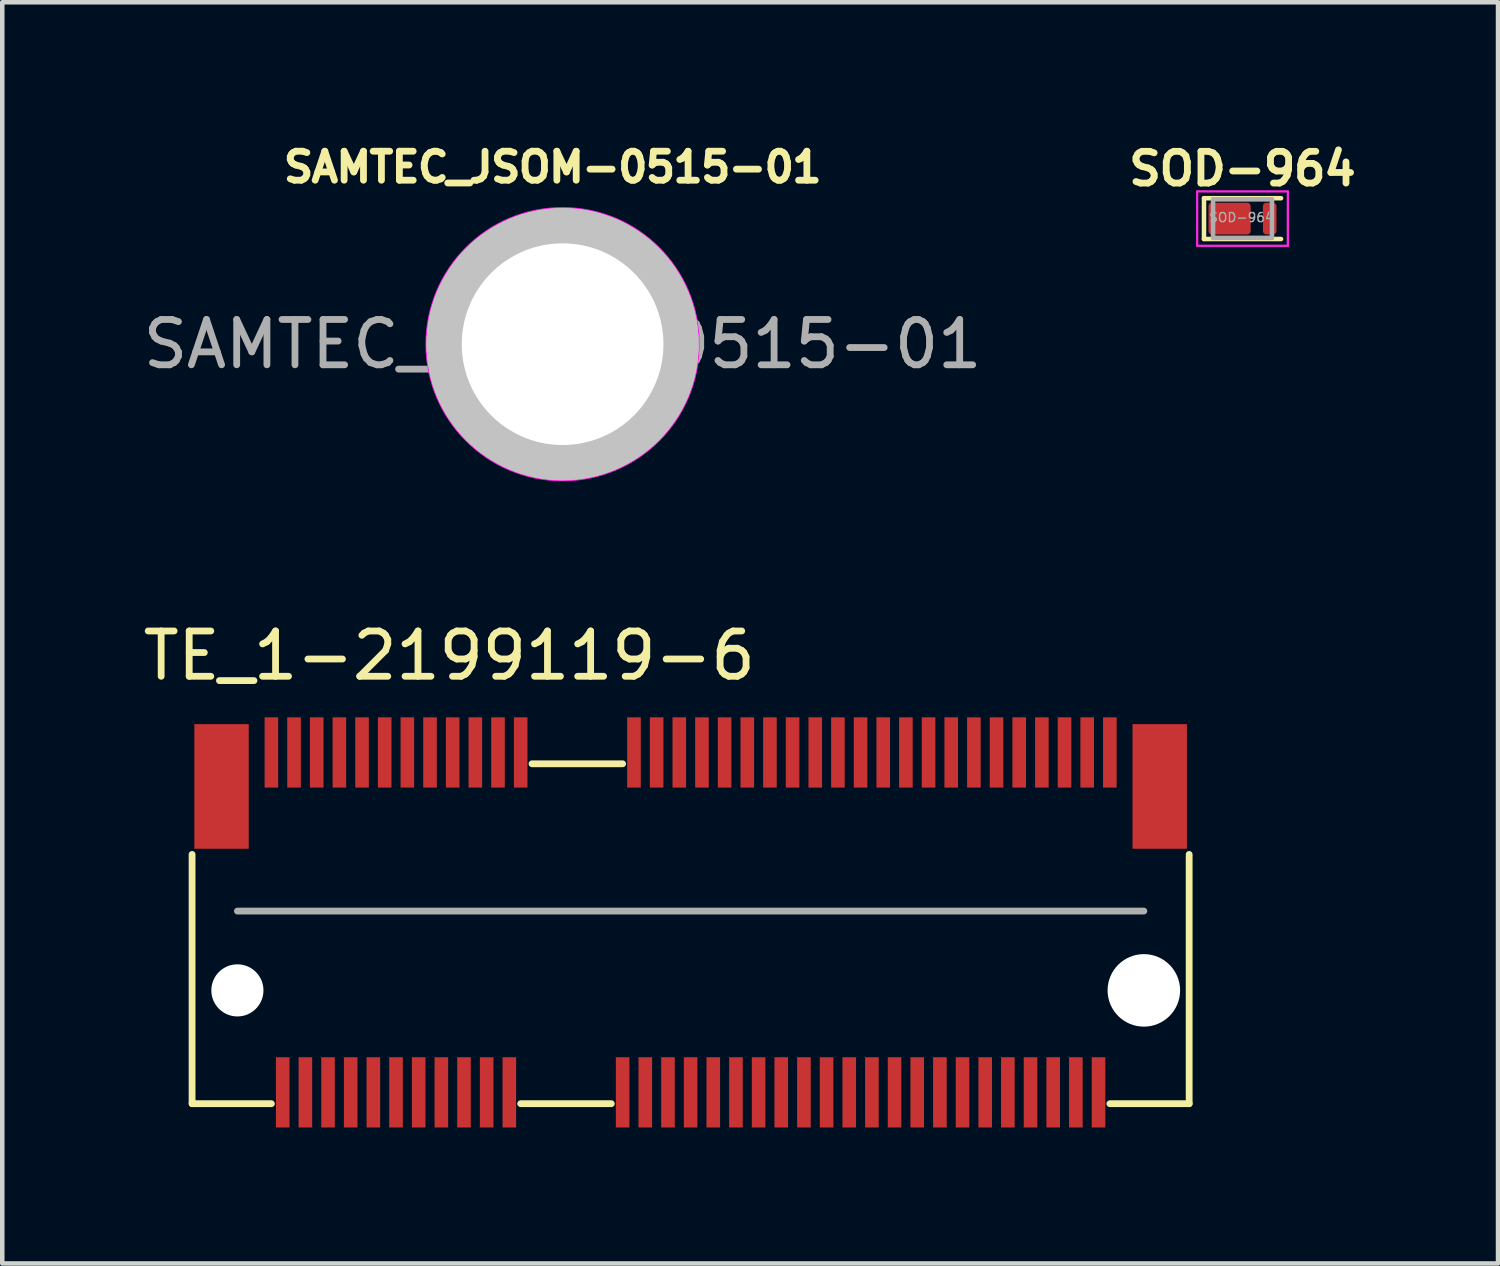
<source format=kicad_pcb>
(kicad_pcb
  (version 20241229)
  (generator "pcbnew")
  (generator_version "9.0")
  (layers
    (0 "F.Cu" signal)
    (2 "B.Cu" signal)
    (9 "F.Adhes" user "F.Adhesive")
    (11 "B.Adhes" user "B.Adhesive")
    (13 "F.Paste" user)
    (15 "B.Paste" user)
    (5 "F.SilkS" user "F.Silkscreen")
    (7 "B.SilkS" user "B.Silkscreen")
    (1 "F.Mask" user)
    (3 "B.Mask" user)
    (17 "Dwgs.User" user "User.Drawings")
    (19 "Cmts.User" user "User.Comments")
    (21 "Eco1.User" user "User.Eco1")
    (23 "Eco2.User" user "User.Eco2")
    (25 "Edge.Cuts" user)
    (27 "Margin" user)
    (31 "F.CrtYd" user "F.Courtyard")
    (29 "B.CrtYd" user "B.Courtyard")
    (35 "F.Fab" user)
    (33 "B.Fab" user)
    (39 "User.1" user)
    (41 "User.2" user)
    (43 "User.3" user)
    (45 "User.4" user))
  (footprint "SAMTEC_JSOM-0515-01"
    (layer "F.Cu")
    (at 9.363 4.544)
    (property "Reference" "SAMTEC_JSOM-0515-01" (at -0.218 -3.906 0) (layer "F.SilkS") (effects (font (size 0.64 0.64) (thickness 0.15))))
    (attr through_hole)
    (fp_circle (center 0 0) (end 1.5 0) (stroke (width 3) (type solid)) (fill no) (layer "Dwgs.User"))
    (fp_circle (center 0 0) (end 1.5 0) (stroke (width 3) (type solid)) (fill no) (layer "Dwgs.User"))
    (fp_circle (center 0 0) (end 1.5 0) (stroke (width 3) (type solid)) (fill no) (layer "Dwgs.User"))
    (fp_circle (center 0 0) (end 3 0) (stroke (width 0.05) (type solid)) (fill no) (layer "F.CrtYd"))
    (fp_circle (center 0 0) (end 2.565 0) (stroke (width 0.1) (type solid)) (fill no) (layer "F.Fab"))
    (fp_text user "${REFERENCE}" (at 0 0 0) (layer "F.Fab") (effects (font (size 1 1) (thickness 0.15))))
    (pad "1" thru_hole circle (at 0 0) (size 6 6) (drill 4.45) (layers "*.Cu" "*.Mask")))
  (footprint "TE_1-2199119-6"
    (layer "F.Cu")
    (at 12.188 18.802)
    (property "Reference" "TE_1-2199119-6" (at -5.325 -7.385 0) (layer "F.SilkS") (effects (font (size 1 1) (thickness 0.15))))
    (attr through_hole)
    (fp_line (start -11 2.5) (end -11 -3) (stroke (width 0.15) (type solid)) (layer "F.SilkS"))
    (fp_line (start -9.25 2.5) (end -11 2.5) (stroke (width 0.15) (type solid)) (layer "F.SilkS"))
    (fp_line (start -3.75 2.5) (end -1.75 2.5) (stroke (width 0.15) (type solid)) (layer "F.SilkS"))
    (fp_line (start -3.5 -5) (end -1.5 -5) (stroke (width 0.15) (type solid)) (layer "F.SilkS"))
    (fp_line (start 11 -3) (end 11 2.5) (stroke (width 0.15) (type solid)) (layer "F.SilkS"))
    (fp_line (start 11 2.5) (end 9.25 2.5) (stroke (width 0.15) (type solid)) (layer "F.SilkS"))
    (fp_line (start -10 -1.75) (end 10 -1.75) (stroke (width 0.15) (type solid)) (layer "F.Fab"))
    (pad "" np_thru_hole circle (at -10 0) (size 1.15 1.15) (drill 1.15) (layers "*.Cu" "*.Mask"))
    (pad "" np_thru_hole circle (at 10 0) (size 1.6 1.6) (drill 1.6) (layers "*.Cu" "*.Mask"))
    (pad "1" smd rect (at -9.25 -5.25) (size 0.3 1.55) (layers "F.Cu" "F.Mask" "F.Paste"))
    (pad "2" smd rect (at -9 2.25) (size 0.3 1.55) (layers "F.Cu" "F.Mask" "F.Paste"))
    (pad "3" smd rect (at -8.75 -5.25) (size 0.3 1.55) (layers "F.Cu" "F.Mask" "F.Paste"))
    (pad "4" smd rect (at -8.5 2.25) (size 0.3 1.55) (layers "F.Cu" "F.Mask" "F.Paste"))
    (pad "5" smd rect (at -8.25 -5.25) (size 0.3 1.55) (layers "F.Cu" "F.Mask" "F.Paste"))
    (pad "6" smd rect (at -8 2.25) (size 0.3 1.55) (layers "F.Cu" "F.Mask" "F.Paste"))
    (pad "7" smd rect (at -7.75 -5.25) (size 0.3 1.55) (layers "F.Cu" "F.Mask" "F.Paste"))
    (pad "8" smd rect (at -7.5 2.25) (size 0.3 1.55) (layers "F.Cu" "F.Mask" "F.Paste"))
    (pad "9" smd rect (at -7.25 -5.25) (size 0.3 1.55) (layers "F.Cu" "F.Mask" "F.Paste"))
    (pad "10" smd rect (at -7 2.25) (size 0.3 1.55) (layers "F.Cu" "F.Mask" "F.Paste"))
    (pad "11" smd rect (at -6.75 -5.25) (size 0.3 1.55) (layers "F.Cu" "F.Mask" "F.Paste"))
    (pad "12" smd rect (at -6.5 2.25) (size 0.3 1.55) (layers "F.Cu" "F.Mask" "F.Paste"))
    (pad "13" smd rect (at -6.25 -5.25) (size 0.3 1.55) (layers "F.Cu" "F.Mask" "F.Paste"))
    (pad "14" smd rect (at -6 2.25) (size 0.3 1.55) (layers "F.Cu" "F.Mask" "F.Paste"))
    (pad "15" smd rect (at -5.75 -5.25) (size 0.3 1.55) (layers "F.Cu" "F.Mask" "F.Paste"))
    (pad "16" smd rect (at -5.5 2.25) (size 0.3 1.55) (layers "F.Cu" "F.Mask" "F.Paste"))
    (pad "17" smd rect (at -5.25 -5.25) (size 0.3 1.55) (layers "F.Cu" "F.Mask" "F.Paste"))
    (pad "18" smd rect (at -5 2.25) (size 0.3 1.55) (layers "F.Cu" "F.Mask" "F.Paste"))
    (pad "19" smd rect (at -4.75 -5.25) (size 0.3 1.55) (layers "F.Cu" "F.Mask" "F.Paste"))
    (pad "20" smd rect (at -4.5 2.25) (size 0.3 1.55) (layers "F.Cu" "F.Mask" "F.Paste"))
    (pad "21" smd rect (at -4.25 -5.25) (size 0.3 1.55) (layers "F.Cu" "F.Mask" "F.Paste"))
    (pad "22" smd rect (at -4 2.25) (size 0.3 1.55) (layers "F.Cu" "F.Mask" "F.Paste"))
    (pad "23" smd rect (at -3.75 -5.25) (size 0.3 1.55) (layers "F.Cu" "F.Mask" "F.Paste"))
    (pad "32" smd rect (at -1.5 2.25) (size 0.3 1.55) (layers "F.Cu" "F.Mask" "F.Paste"))
    (pad "33" smd rect (at -1.25 -5.25) (size 0.3 1.55) (layers "F.Cu" "F.Mask" "F.Paste"))
    (pad "34" smd rect (at -1 2.25) (size 0.3 1.55) (layers "F.Cu" "F.Mask" "F.Paste"))
    (pad "35" smd rect (at -0.75 -5.25) (size 0.3 1.55) (layers "F.Cu" "F.Mask" "F.Paste"))
    (pad "36" smd rect (at -0.5 2.25) (size 0.3 1.55) (layers "F.Cu" "F.Mask" "F.Paste"))
    (pad "37" smd rect (at -0.25 -5.25) (size 0.3 1.55) (layers "F.Cu" "F.Mask" "F.Paste"))
    (pad "38" smd rect (at 0 2.25) (size 0.3 1.55) (layers "F.Cu" "F.Mask" "F.Paste"))
    (pad "39" smd rect (at 0.25 -5.25) (size 0.3 1.55) (layers "F.Cu" "F.Mask" "F.Paste"))
    (pad "40" smd rect (at 0.5 2.25) (size 0.3 1.55) (layers "F.Cu" "F.Mask" "F.Paste"))
    (pad "41" smd rect (at 0.75 -5.25) (size 0.3 1.55) (layers "F.Cu" "F.Mask" "F.Paste"))
    (pad "42" smd rect (at 1 2.25) (size 0.3 1.55) (layers "F.Cu" "F.Mask" "F.Paste"))
    (pad "43" smd rect (at 1.25 -5.25) (size 0.3 1.55) (layers "F.Cu" "F.Mask" "F.Paste"))
    (pad "44" smd rect (at 1.5 2.25) (size 0.3 1.55) (layers "F.Cu" "F.Mask" "F.Paste"))
    (pad "45" smd rect (at 1.75 -5.25) (size 0.3 1.55) (layers "F.Cu" "F.Mask" "F.Paste"))
    (pad "46" smd rect (at 2 2.25) (size 0.3 1.55) (layers "F.Cu" "F.Mask" "F.Paste"))
    (pad "47" smd rect (at 2.25 -5.25) (size 0.3 1.55) (layers "F.Cu" "F.Mask" "F.Paste"))
    (pad "48" smd rect (at 2.5 2.25) (size 0.3 1.55) (layers "F.Cu" "F.Mask" "F.Paste"))
    (pad "49" smd rect (at 2.75 -5.25) (size 0.3 1.55) (layers "F.Cu" "F.Mask" "F.Paste"))
    (pad "50" smd rect (at 3 2.25) (size 0.3 1.55) (layers "F.Cu" "F.Mask" "F.Paste"))
    (pad "51" smd rect (at 3.25 -5.25) (size 0.3 1.55) (layers "F.Cu" "F.Mask" "F.Paste"))
    (pad "52" smd rect (at 3.5 2.25) (size 0.3 1.55) (layers "F.Cu" "F.Mask" "F.Paste"))
    (pad "53" smd rect (at 3.75 -5.25) (size 0.3 1.55) (layers "F.Cu" "F.Mask" "F.Paste"))
    (pad "54" smd rect (at 4 2.25) (size 0.3 1.55) (layers "F.Cu" "F.Mask" "F.Paste"))
    (pad "55" smd rect (at 4.25 -5.25) (size 0.3 1.55) (layers "F.Cu" "F.Mask" "F.Paste"))
    (pad "56" smd rect (at 4.5 2.25) (size 0.3 1.55) (layers "F.Cu" "F.Mask" "F.Paste"))
    (pad "57" smd rect (at 4.75 -5.25) (size 0.3 1.55) (layers "F.Cu" "F.Mask" "F.Paste"))
    (pad "58" smd rect (at 5 2.25) (size 0.3 1.55) (layers "F.Cu" "F.Mask" "F.Paste"))
    (pad "59" smd rect (at 5.25 -5.25) (size 0.3 1.55) (layers "F.Cu" "F.Mask" "F.Paste"))
    (pad "60" smd rect (at 5.5 2.25) (size 0.3 1.55) (layers "F.Cu" "F.Mask" "F.Paste"))
    (pad "61" smd rect (at 5.75 -5.25) (size 0.3 1.55) (layers "F.Cu" "F.Mask" "F.Paste"))
    (pad "62" smd rect (at 6 2.25) (size 0.3 1.55) (layers "F.Cu" "F.Mask" "F.Paste"))
    (pad "63" smd rect (at 6.25 -5.25) (size 0.3 1.55) (layers "F.Cu" "F.Mask" "F.Paste"))
    (pad "64" smd rect (at 6.5 2.25) (size 0.3 1.55) (layers "F.Cu" "F.Mask" "F.Paste"))
    (pad "65" smd rect (at 6.75 -5.25) (size 0.3 1.55) (layers "F.Cu" "F.Mask" "F.Paste"))
    (pad "66" smd rect (at 7 2.25) (size 0.3 1.55) (layers "F.Cu" "F.Mask" "F.Paste"))
    (pad "67" smd rect (at 7.25 -5.25) (size 0.3 1.55) (layers "F.Cu" "F.Mask" "F.Paste"))
    (pad "68" smd rect (at 7.5 2.25) (size 0.3 1.55) (layers "F.Cu" "F.Mask" "F.Paste"))
    (pad "69" smd rect (at 7.75 -5.25) (size 0.3 1.55) (layers "F.Cu" "F.Mask" "F.Paste"))
    (pad "70" smd rect (at 8 2.25) (size 0.3 1.55) (layers "F.Cu" "F.Mask" "F.Paste"))
    (pad "71" smd rect (at 8.25 -5.25) (size 0.3 1.55) (layers "F.Cu" "F.Mask" "F.Paste"))
    (pad "72" smd rect (at 8.5 2.25) (size 0.3 1.55) (layers "F.Cu" "F.Mask" "F.Paste"))
    (pad "73" smd rect (at 8.75 -5.25) (size 0.3 1.55) (layers "F.Cu" "F.Mask" "F.Paste"))
    (pad "74" smd rect (at 9 2.25) (size 0.3 1.55) (layers "F.Cu" "F.Mask" "F.Paste"))
    (pad "75" smd rect (at 9.25 -5.25) (size 0.3 1.55) (layers "F.Cu" "F.Mask" "F.Paste"))
    (pad "M" smd rect (at -10.35 -4.5) (size 1.2 2.75) (layers "F.Cu" "F.Mask" "F.Paste"))
    (pad "M" smd rect (at 10.35 -4.5) (size 1.2 2.75) (layers "F.Cu" "F.Mask" "F.Paste")))
  (footprint "SOD-964"
    (layer "F.Cu")
    (at 24.365 1.773)
    (property "Reference" "SOD-964" (at 0 -1.1 0) (layer "F.SilkS") (effects (font (size 0.7 0.7) (thickness 0.15))))
    (attr through_hole)
    (fp_line (start -0.85 -0.45) (end -0.85 0.45) (stroke (width 0.1) (type solid)) (layer "F.SilkS"))
    (fp_line (start -0.85 -0.45) (end 0.85 -0.45) (stroke (width 0.1) (type solid)) (layer "F.SilkS"))
    (fp_line (start 0.85 0.45) (end -0.85 0.45) (stroke (width 0.1) (type solid)) (layer "F.SilkS"))
    (fp_line (start -1 -0.6) (end 1 -0.6) (stroke (width 0.05) (type solid)) (layer "F.CrtYd"))
    (fp_line (start -1 0.6) (end -1 -0.6) (stroke (width 0.05) (type solid)) (layer "F.CrtYd"))
    (fp_line (start 1 -0.6) (end 1 0.6) (stroke (width 0.05) (type solid)) (layer "F.CrtYd"))
    (fp_line (start 1 0.6) (end -1 0.6) (stroke (width 0.05) (type solid)) (layer "F.CrtYd"))
    (fp_line (start -0.65 -0.425) (end 0.65 -0.425) (stroke (width 0.1) (type solid)) (layer "F.Fab"))
    (fp_line (start -0.65 0.425) (end -0.65 -0.425) (stroke (width 0.1) (type solid)) (layer "F.Fab"))
    (fp_line (start -0.65 0.425) (end 0.65 0.425) (stroke (width 0.1) (type solid)) (layer "F.Fab"))
    (fp_line (start 0.65 -0.425) (end 0.65 0.425) (stroke (width 0.1) (type solid)) (layer "F.Fab"))
    (fp_text user "${REFERENCE}" (at -0.025 -0.025 0) (layer "F.Fab") (effects (font (size 0.2 0.2) (thickness 0.03))))
    (pad "A" smd roundrect (at 0.6 0) (size 0.3 0.7) (layers "F.Cu" "F.Mask" "F.Paste") (roundrect_rratio 0.25))
    (pad "K" smd roundrect (at -0.285 0) (size 0.93 0.7) (layers "F.Cu" "F.Mask" "F.Paste") (roundrect_rratio 0.107)))
  (gr_rect
    (start -3 -3)
    (end 30.003 24.827)
    (stroke (width 0.1) (type default))
    (fill no)
    (layer "Edge.Cuts")))
</source>
